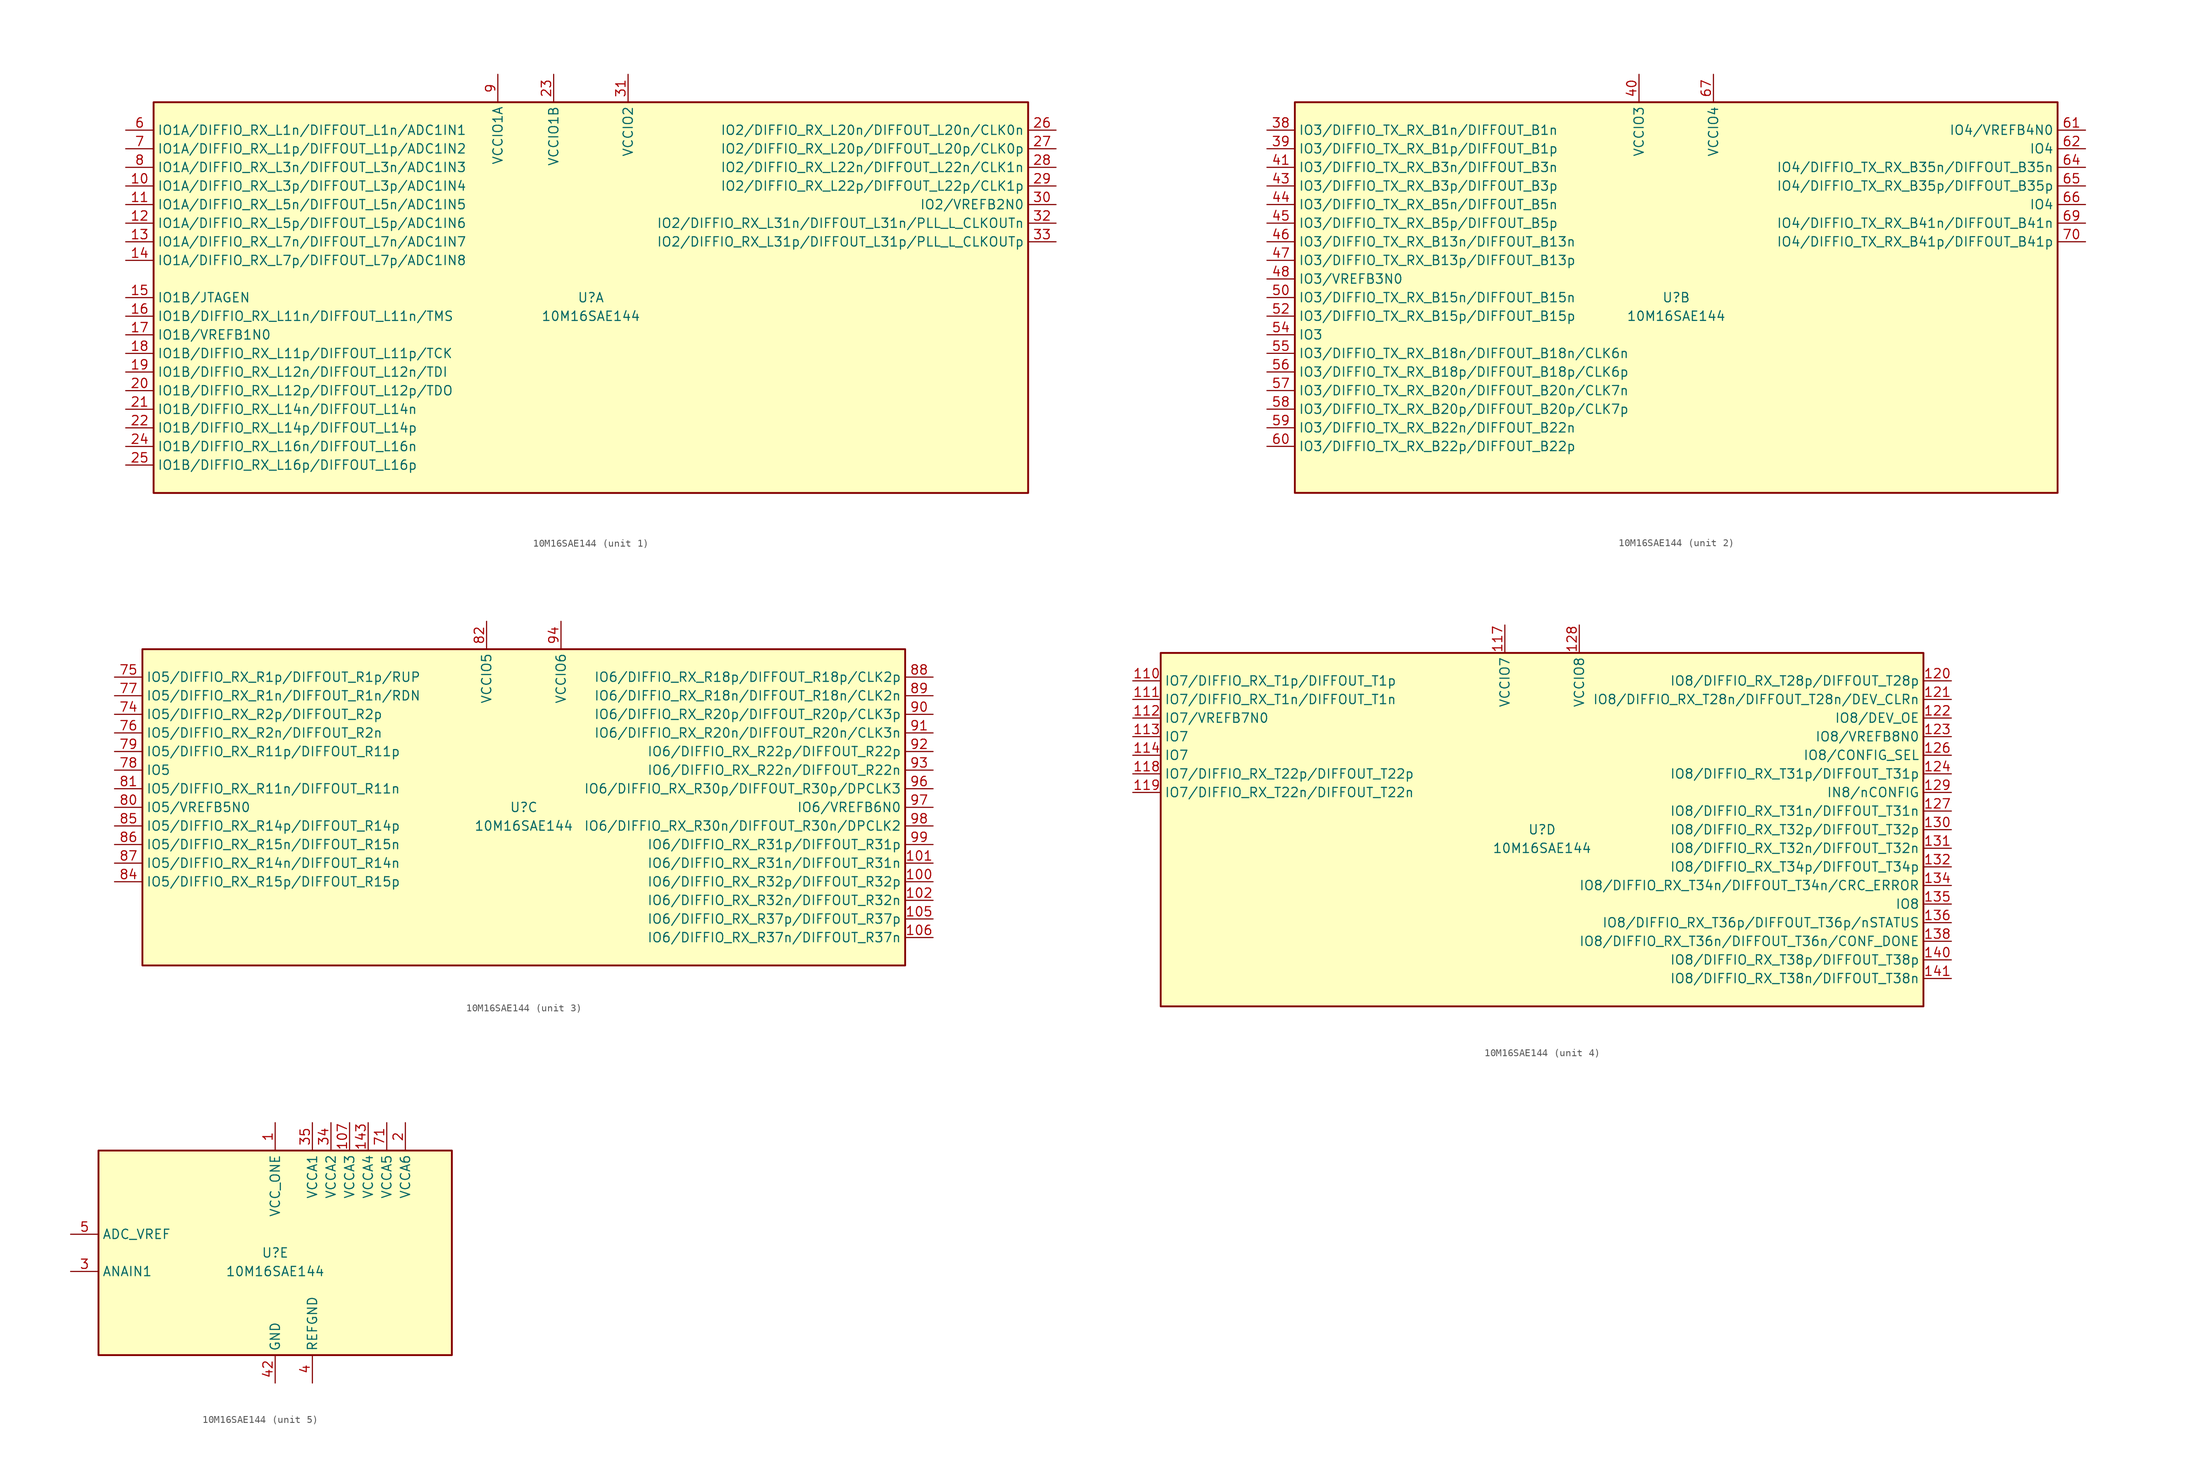
<source format=kicad_sym>
(kicad_symbol_lib
  (version 20220914)
  (generator kicad_symbol_editor)
  (symbol "10M16SAE144"
    (property "Reference" "U"
      (at 0 0 0)
      (effects (font (size 1.27 1.27))))
    (property "Value" "10M16SAE144"
      (at 0 -2.54 0)
      (effects (font (size 1.27 1.27))))
    (property "ki_locked" ""
      (at 0 0 0)
      (effects (font (size 1.27 1.27))))
    (symbol "10M16SAE144_1_1"
      (rectangle (start -59.69 26.67) (end 59.69 -26.67) (stroke (width 0.254) (type default)) (fill (type background)))
      (pin bidirectional line (at -63.5 15.24 0) (length 3.81) (name "IO1A/DIFFIO_RX_L3p/DIFFOUT_L3p/ADC1IN4" (effects (font (size 1.27 1.27)))) (number "10" (effects (font (size 1.27 1.27)))))
      (pin bidirectional line (at -63.5 12.7 0) (length 3.81) (name "IO1A/DIFFIO_RX_L5n/DIFFOUT_L5n/ADC1IN5" (effects (font (size 1.27 1.27)))) (number "11" (effects (font (size 1.27 1.27)))))
      (pin bidirectional line (at -63.5 10.16 0) (length 3.81) (name "IO1A/DIFFIO_RX_L5p/DIFFOUT_L5p/ADC1IN6" (effects (font (size 1.27 1.27)))) (number "12" (effects (font (size 1.27 1.27)))))
      (pin bidirectional line (at -63.5 7.62 0) (length 3.81) (name "IO1A/DIFFIO_RX_L7n/DIFFOUT_L7n/ADC1IN7" (effects (font (size 1.27 1.27)))) (number "13" (effects (font (size 1.27 1.27)))))
      (pin bidirectional line (at -63.5 5.08 0) (length 3.81) (name "IO1A/DIFFIO_RX_L7p/DIFFOUT_L7p/ADC1IN8" (effects (font (size 1.27 1.27)))) (number "14" (effects (font (size 1.27 1.27)))))
      (pin bidirectional line (at -63.5 0 0) (length 3.81) (name "IO1B/JTAGEN" (effects (font (size 1.27 1.27)))) (number "15" (effects (font (size 1.27 1.27)))))
      (pin bidirectional line (at -63.5 -2.54 0) (length 3.81) (name "IO1B/DIFFIO_RX_L11n/DIFFOUT_L11n/TMS" (effects (font (size 1.27 1.27)))) (number "16" (effects (font (size 1.27 1.27)))))
      (pin bidirectional line (at -63.5 -5.08 0) (length 3.81) (name "IO1B/VREFB1N0" (effects (font (size 1.27 1.27)))) (number "17" (effects (font (size 1.27 1.27)))))
      (pin bidirectional line (at -63.5 -7.62 0) (length 3.81) (name "IO1B/DIFFIO_RX_L11p/DIFFOUT_L11p/TCK" (effects (font (size 1.27 1.27)))) (number "18" (effects (font (size 1.27 1.27)))))
      (pin bidirectional line (at -63.5 -10.16 0) (length 3.81) (name "IO1B/DIFFIO_RX_L12n/DIFFOUT_L12n/TDI" (effects (font (size 1.27 1.27)))) (number "19" (effects (font (size 1.27 1.27)))))
      (pin bidirectional line (at -63.5 -12.7 0) (length 3.81) (name "IO1B/DIFFIO_RX_L12p/DIFFOUT_L12p/TDO" (effects (font (size 1.27 1.27)))) (number "20" (effects (font (size 1.27 1.27)))))
      (pin bidirectional line (at -63.5 -15.24 0) (length 3.81) (name "IO1B/DIFFIO_RX_L14n/DIFFOUT_L14n" (effects (font (size 1.27 1.27)))) (number "21" (effects (font (size 1.27 1.27)))))
      (pin bidirectional line (at -63.5 -17.78 0) (length 3.81) (name "IO1B/DIFFIO_RX_L14p/DIFFOUT_L14p" (effects (font (size 1.27 1.27)))) (number "22" (effects (font (size 1.27 1.27)))))
      (pin power_in line (at -5.08 30.48 270) (length 3.81) (name "VCCIO1B" (effects (font (size 1.27 1.27)))) (number "23" (effects (font (size 1.27 1.27)))))
      (pin bidirectional line (at -63.5 -20.32 0) (length 3.81) (name "IO1B/DIFFIO_RX_L16n/DIFFOUT_L16n" (effects (font (size 1.27 1.27)))) (number "24" (effects (font (size 1.27 1.27)))))
      (pin bidirectional line (at -63.5 -22.86 0) (length 3.81) (name "IO1B/DIFFIO_RX_L16p/DIFFOUT_L16p" (effects (font (size 1.27 1.27)))) (number "25" (effects (font (size 1.27 1.27)))))
      (pin bidirectional line (at 63.5 22.86 180) (length 3.81) (name "IO2/DIFFIO_RX_L20n/DIFFOUT_L20n/CLK0n" (effects (font (size 1.27 1.27)))) (number "26" (effects (font (size 1.27 1.27)))))
      (pin bidirectional line (at 63.5 20.32 180) (length 3.81) (name "IO2/DIFFIO_RX_L20p/DIFFOUT_L20p/CLK0p" (effects (font (size 1.27 1.27)))) (number "27" (effects (font (size 1.27 1.27)))))
      (pin bidirectional line (at 63.5 17.78 180) (length 3.81) (name "IO2/DIFFIO_RX_L22n/DIFFOUT_L22n/CLK1n" (effects (font (size 1.27 1.27)))) (number "28" (effects (font (size 1.27 1.27)))))
      (pin bidirectional line (at 63.5 15.24 180) (length 3.81) (name "IO2/DIFFIO_RX_L22p/DIFFOUT_L22p/CLK1p" (effects (font (size 1.27 1.27)))) (number "29" (effects (font (size 1.27 1.27)))))
      (pin bidirectional line (at 63.5 12.7 180) (length 3.81) (name "IO2/VREFB2N0" (effects (font (size 1.27 1.27)))) (number "30" (effects (font (size 1.27 1.27)))))
      (pin power_in line (at 5.08 30.48 270) (length 3.81) (name "VCCIO2" (effects (font (size 1.27 1.27)))) (number "31" (effects (font (size 1.27 1.27)))))
      (pin bidirectional line (at 63.5 10.16 180) (length 3.81) (name "IO2/DIFFIO_RX_L31n/DIFFOUT_L31n/PLL_L_CLKOUTn" (effects (font (size 1.27 1.27)))) (number "32" (effects (font (size 1.27 1.27)))))
      (pin bidirectional line (at 63.5 7.62 180) (length 3.81) (name "IO2/DIFFIO_RX_L31p/DIFFOUT_L31p/PLL_L_CLKOUTp" (effects (font (size 1.27 1.27)))) (number "33" (effects (font (size 1.27 1.27)))))
      (pin bidirectional line (at -63.5 22.86 0) (length 3.81) (name "IO1A/DIFFIO_RX_L1n/DIFFOUT_L1n/ADC1IN1" (effects (font (size 1.27 1.27)))) (number "6" (effects (font (size 1.27 1.27)))))
      (pin bidirectional line (at -63.5 20.32 0) (length 3.81) (name "IO1A/DIFFIO_RX_L1p/DIFFOUT_L1p/ADC1IN2" (effects (font (size 1.27 1.27)))) (number "7" (effects (font (size 1.27 1.27)))))
      (pin bidirectional line (at -63.5 17.78 0) (length 3.81) (name "IO1A/DIFFIO_RX_L3n/DIFFOUT_L3n/ADC1IN3" (effects (font (size 1.27 1.27)))) (number "8" (effects (font (size 1.27 1.27)))))
      (pin power_in line (at -12.7 30.48 270) (length 3.81) (name "VCCIO1A" (effects (font (size 1.27 1.27)))) (number "9" (effects (font (size 1.27 1.27))))))
    (symbol "10M16SAE144_2_1"
      (rectangle (start -52.07 26.67) (end 52.07 -26.67) (stroke (width 0.254) (type default)) (fill (type background)))
      (pin bidirectional line (at -55.88 22.86 0) (length 3.81) (name "IO3/DIFFIO_TX_RX_B1n/DIFFOUT_B1n" (effects (font (size 1.27 1.27)))) (number "38" (effects (font (size 1.27 1.27)))))
      (pin bidirectional line (at -55.88 20.32 0) (length 3.81) (name "IO3/DIFFIO_TX_RX_B1p/DIFFOUT_B1p" (effects (font (size 1.27 1.27)))) (number "39" (effects (font (size 1.27 1.27)))))
      (pin power_in line (at -5.08 30.48 270) (length 3.81) (name "VCCIO3" (effects (font (size 1.27 1.27)))) (number "40" (effects (font (size 1.27 1.27)))))
      (pin bidirectional line (at -55.88 17.78 0) (length 3.81) (name "IO3/DIFFIO_TX_RX_B3n/DIFFOUT_B3n" (effects (font (size 1.27 1.27)))) (number "41" (effects (font (size 1.27 1.27)))))
      (pin bidirectional line (at -55.88 15.24 0) (length 3.81) (name "IO3/DIFFIO_TX_RX_B3p/DIFFOUT_B3p" (effects (font (size 1.27 1.27)))) (number "43" (effects (font (size 1.27 1.27)))))
      (pin bidirectional line (at -55.88 12.7 0) (length 3.81) (name "IO3/DIFFIO_TX_RX_B5n/DIFFOUT_B5n" (effects (font (size 1.27 1.27)))) (number "44" (effects (font (size 1.27 1.27)))))
      (pin bidirectional line (at -55.88 10.16 0) (length 3.81) (name "IO3/DIFFIO_TX_RX_B5p/DIFFOUT_B5p" (effects (font (size 1.27 1.27)))) (number "45" (effects (font (size 1.27 1.27)))))
      (pin bidirectional line (at -55.88 7.62 0) (length 3.81) (name "IO3/DIFFIO_TX_RX_B13n/DIFFOUT_B13n" (effects (font (size 1.27 1.27)))) (number "46" (effects (font (size 1.27 1.27)))))
      (pin bidirectional line (at -55.88 5.08 0) (length 3.81) (name "IO3/DIFFIO_TX_RX_B13p/DIFFOUT_B13p" (effects (font (size 1.27 1.27)))) (number "47" (effects (font (size 1.27 1.27)))))
      (pin bidirectional line (at -55.88 2.54 0) (length 3.81) (name "IO3/VREFB3N0" (effects (font (size 1.27 1.27)))) (number "48" (effects (font (size 1.27 1.27)))))
      (pin passive line (at -5.08 30.48 270) (length 3.81) hide (name "VCCIO3" (effects (font (size 1.27 1.27)))) (number "49" (effects (font (size 1.27 1.27)))))
      (pin bidirectional line (at -55.88 0 0) (length 3.81) (name "IO3/DIFFIO_TX_RX_B15n/DIFFOUT_B15n" (effects (font (size 1.27 1.27)))) (number "50" (effects (font (size 1.27 1.27)))))
      (pin bidirectional line (at -55.88 -2.54 0) (length 3.81) (name "IO3/DIFFIO_TX_RX_B15p/DIFFOUT_B15p" (effects (font (size 1.27 1.27)))) (number "52" (effects (font (size 1.27 1.27)))))
      (pin bidirectional line (at -55.88 -5.08 0) (length 3.81) (name "IO3" (effects (font (size 1.27 1.27)))) (number "54" (effects (font (size 1.27 1.27)))))
      (pin bidirectional line (at -55.88 -7.62 0) (length 3.81) (name "IO3/DIFFIO_TX_RX_B18n/DIFFOUT_B18n/CLK6n" (effects (font (size 1.27 1.27)))) (number "55" (effects (font (size 1.27 1.27)))))
      (pin bidirectional line (at -55.88 -10.16 0) (length 3.81) (name "IO3/DIFFIO_TX_RX_B18p/DIFFOUT_B18p/CLK6p" (effects (font (size 1.27 1.27)))) (number "56" (effects (font (size 1.27 1.27)))))
      (pin bidirectional line (at -55.88 -12.7 0) (length 3.81) (name "IO3/DIFFIO_TX_RX_B20n/DIFFOUT_B20n/CLK7n" (effects (font (size 1.27 1.27)))) (number "57" (effects (font (size 1.27 1.27)))))
      (pin bidirectional line (at -55.88 -15.24 0) (length 3.81) (name "IO3/DIFFIO_TX_RX_B20p/DIFFOUT_B20p/CLK7p" (effects (font (size 1.27 1.27)))) (number "58" (effects (font (size 1.27 1.27)))))
      (pin bidirectional line (at -55.88 -17.78 0) (length 3.81) (name "IO3/DIFFIO_TX_RX_B22n/DIFFOUT_B22n" (effects (font (size 1.27 1.27)))) (number "59" (effects (font (size 1.27 1.27)))))
      (pin bidirectional line (at -55.88 -20.32 0) (length 3.81) (name "IO3/DIFFIO_TX_RX_B22p/DIFFOUT_B22p" (effects (font (size 1.27 1.27)))) (number "60" (effects (font (size 1.27 1.27)))))
      (pin bidirectional line (at 55.88 22.86 180) (length 3.81) (name "IO4/VREFB4N0" (effects (font (size 1.27 1.27)))) (number "61" (effects (font (size 1.27 1.27)))))
      (pin bidirectional line (at 55.88 20.32 180) (length 3.81) (name "IO4" (effects (font (size 1.27 1.27)))) (number "62" (effects (font (size 1.27 1.27)))))
      (pin bidirectional line (at 55.88 17.78 180) (length 3.81) (name "IO4/DIFFIO_TX_RX_B35n/DIFFOUT_B35n" (effects (font (size 1.27 1.27)))) (number "64" (effects (font (size 1.27 1.27)))))
      (pin bidirectional line (at 55.88 15.24 180) (length 3.81) (name "IO4/DIFFIO_TX_RX_B35p/DIFFOUT_B35p" (effects (font (size 1.27 1.27)))) (number "65" (effects (font (size 1.27 1.27)))))
      (pin bidirectional line (at 55.88 12.7 180) (length 3.81) (name "IO4" (effects (font (size 1.27 1.27)))) (number "66" (effects (font (size 1.27 1.27)))))
      (pin power_in line (at 5.08 30.48 270) (length 3.81) (name "VCCIO4" (effects (font (size 1.27 1.27)))) (number "67" (effects (font (size 1.27 1.27)))))
      (pin bidirectional line (at 55.88 10.16 180) (length 3.81) (name "IO4/DIFFIO_TX_RX_B41n/DIFFOUT_B41n" (effects (font (size 1.27 1.27)))) (number "69" (effects (font (size 1.27 1.27)))))
      (pin bidirectional line (at 55.88 7.62 180) (length 3.81) (name "IO4/DIFFIO_TX_RX_B41p/DIFFOUT_B41p" (effects (font (size 1.27 1.27)))) (number "70" (effects (font (size 1.27 1.27))))))
    (symbol "10M16SAE144_3_1"
      (rectangle (start -52.07 21.59) (end 52.07 -21.59) (stroke (width 0.254) (type default)) (fill (type background)))
      (pin bidirectional line (at 55.88 -10.16 180) (length 3.81) (name "IO6/DIFFIO_RX_R32p/DIFFOUT_R32p" (effects (font (size 1.27 1.27)))) (number "100" (effects (font (size 1.27 1.27)))))
      (pin bidirectional line (at 55.88 -7.62 180) (length 3.81) (name "IO6/DIFFIO_RX_R31n/DIFFOUT_R31n" (effects (font (size 1.27 1.27)))) (number "101" (effects (font (size 1.27 1.27)))))
      (pin bidirectional line (at 55.88 -12.7 180) (length 3.81) (name "IO6/DIFFIO_RX_R32n/DIFFOUT_R32n" (effects (font (size 1.27 1.27)))) (number "102" (effects (font (size 1.27 1.27)))))
      (pin passive line (at 5.08 25.4 270) (length 3.81) hide (name "VCCIO6" (effects (font (size 1.27 1.27)))) (number "103" (effects (font (size 1.27 1.27)))))
      (pin bidirectional line (at 55.88 -15.24 180) (length 3.81) (name "IO6/DIFFIO_RX_R37p/DIFFOUT_R37p" (effects (font (size 1.27 1.27)))) (number "105" (effects (font (size 1.27 1.27)))))
      (pin bidirectional line (at 55.88 -17.78 180) (length 3.81) (name "IO6/DIFFIO_RX_R37n/DIFFOUT_R37n" (effects (font (size 1.27 1.27)))) (number "106" (effects (font (size 1.27 1.27)))))
      (pin bidirectional line (at -55.88 12.7 0) (length 3.81) (name "IO5/DIFFIO_RX_R2p/DIFFOUT_R2p" (effects (font (size 1.27 1.27)))) (number "74" (effects (font (size 1.27 1.27)))))
      (pin bidirectional line (at -55.88 17.78 0) (length 3.81) (name "IO5/DIFFIO_RX_R1p/DIFFOUT_R1p/RUP" (effects (font (size 1.27 1.27)))) (number "75" (effects (font (size 1.27 1.27)))))
      (pin bidirectional line (at -55.88 10.16 0) (length 3.81) (name "IO5/DIFFIO_RX_R2n/DIFFOUT_R2n" (effects (font (size 1.27 1.27)))) (number "76" (effects (font (size 1.27 1.27)))))
      (pin bidirectional line (at -55.88 15.24 0) (length 3.81) (name "IO5/DIFFIO_RX_R1n/DIFFOUT_R1n/RDN" (effects (font (size 1.27 1.27)))) (number "77" (effects (font (size 1.27 1.27)))))
      (pin bidirectional line (at -55.88 5.08 0) (length 3.81) (name "IO5" (effects (font (size 1.27 1.27)))) (number "78" (effects (font (size 1.27 1.27)))))
      (pin bidirectional line (at -55.88 7.62 0) (length 3.81) (name "IO5/DIFFIO_RX_R11p/DIFFOUT_R11p" (effects (font (size 1.27 1.27)))) (number "79" (effects (font (size 1.27 1.27)))))
      (pin bidirectional line (at -55.88 0 0) (length 3.81) (name "IO5/VREFB5N0" (effects (font (size 1.27 1.27)))) (number "80" (effects (font (size 1.27 1.27)))))
      (pin bidirectional line (at -55.88 2.54 0) (length 3.81) (name "IO5/DIFFIO_RX_R11n/DIFFOUT_R11n" (effects (font (size 1.27 1.27)))) (number "81" (effects (font (size 1.27 1.27)))))
      (pin power_in line (at -5.08 25.4 270) (length 3.81) (name "VCCIO5" (effects (font (size 1.27 1.27)))) (number "82" (effects (font (size 1.27 1.27)))))
      (pin bidirectional line (at -55.88 -10.16 0) (length 3.81) (name "IO5/DIFFIO_RX_R15p/DIFFOUT_R15p" (effects (font (size 1.27 1.27)))) (number "84" (effects (font (size 1.27 1.27)))))
      (pin bidirectional line (at -55.88 -2.54 0) (length 3.81) (name "IO5/DIFFIO_RX_R14p/DIFFOUT_R14p" (effects (font (size 1.27 1.27)))) (number "85" (effects (font (size 1.27 1.27)))))
      (pin bidirectional line (at -55.88 -5.08 0) (length 3.81) (name "IO5/DIFFIO_RX_R15n/DIFFOUT_R15n" (effects (font (size 1.27 1.27)))) (number "86" (effects (font (size 1.27 1.27)))))
      (pin bidirectional line (at -55.88 -7.62 0) (length 3.81) (name "IO5/DIFFIO_RX_R14n/DIFFOUT_R14n" (effects (font (size 1.27 1.27)))) (number "87" (effects (font (size 1.27 1.27)))))
      (pin bidirectional line (at 55.88 17.78 180) (length 3.81) (name "IO6/DIFFIO_RX_R18p/DIFFOUT_R18p/CLK2p" (effects (font (size 1.27 1.27)))) (number "88" (effects (font (size 1.27 1.27)))))
      (pin bidirectional line (at 55.88 15.24 180) (length 3.81) (name "IO6/DIFFIO_RX_R18n/DIFFOUT_R18n/CLK2n" (effects (font (size 1.27 1.27)))) (number "89" (effects (font (size 1.27 1.27)))))
      (pin bidirectional line (at 55.88 12.7 180) (length 3.81) (name "IO6/DIFFIO_RX_R20p/DIFFOUT_R20p/CLK3p" (effects (font (size 1.27 1.27)))) (number "90" (effects (font (size 1.27 1.27)))))
      (pin bidirectional line (at 55.88 10.16 180) (length 3.81) (name "IO6/DIFFIO_RX_R20n/DIFFOUT_R20n/CLK3n" (effects (font (size 1.27 1.27)))) (number "91" (effects (font (size 1.27 1.27)))))
      (pin bidirectional line (at 55.88 7.62 180) (length 3.81) (name "IO6/DIFFIO_RX_R22p/DIFFOUT_R22p" (effects (font (size 1.27 1.27)))) (number "92" (effects (font (size 1.27 1.27)))))
      (pin bidirectional line (at 55.88 5.08 180) (length 3.81) (name "IO6/DIFFIO_RX_R22n/DIFFOUT_R22n" (effects (font (size 1.27 1.27)))) (number "93" (effects (font (size 1.27 1.27)))))
      (pin power_in line (at 5.08 25.4 270) (length 3.81) (name "VCCIO6" (effects (font (size 1.27 1.27)))) (number "94" (effects (font (size 1.27 1.27)))))
      (pin bidirectional line (at 55.88 2.54 180) (length 3.81) (name "IO6/DIFFIO_RX_R30p/DIFFOUT_R30p/DPCLK3" (effects (font (size 1.27 1.27)))) (number "96" (effects (font (size 1.27 1.27)))))
      (pin bidirectional line (at 55.88 0 180) (length 3.81) (name "IO6/VREFB6N0" (effects (font (size 1.27 1.27)))) (number "97" (effects (font (size 1.27 1.27)))))
      (pin bidirectional line (at 55.88 -2.54 180) (length 3.81) (name "IO6/DIFFIO_RX_R30n/DIFFOUT_R30n/DPCLK2" (effects (font (size 1.27 1.27)))) (number "98" (effects (font (size 1.27 1.27)))))
      (pin bidirectional line (at 55.88 -5.08 180) (length 3.81) (name "IO6/DIFFIO_RX_R31p/DIFFOUT_R31p" (effects (font (size 1.27 1.27)))) (number "99" (effects (font (size 1.27 1.27))))))
    (symbol "10M16SAE144_4_1"
      (rectangle (start -52.07 24.13) (end 52.07 -24.13) (stroke (width 0.254) (type default)) (fill (type background)))
      (pin bidirectional line (at -55.88 20.32 0) (length 3.81) (name "IO7/DIFFIO_RX_T1p/DIFFOUT_T1p" (effects (font (size 1.27 1.27)))) (number "110" (effects (font (size 1.27 1.27)))))
      (pin bidirectional line (at -55.88 17.78 0) (length 3.81) (name "IO7/DIFFIO_RX_T1n/DIFFOUT_T1n" (effects (font (size 1.27 1.27)))) (number "111" (effects (font (size 1.27 1.27)))))
      (pin bidirectional line (at -55.88 15.24 0) (length 3.81) (name "IO7/VREFB7N0" (effects (font (size 1.27 1.27)))) (number "112" (effects (font (size 1.27 1.27)))))
      (pin bidirectional line (at -55.88 12.7 0) (length 3.81) (name "IO7" (effects (font (size 1.27 1.27)))) (number "113" (effects (font (size 1.27 1.27)))))
      (pin bidirectional line (at -55.88 10.16 0) (length 3.81) (name "IO7" (effects (font (size 1.27 1.27)))) (number "114" (effects (font (size 1.27 1.27)))))
      (pin power_in line (at -5.08 27.94 270) (length 3.81) (name "VCCIO7" (effects (font (size 1.27 1.27)))) (number "117" (effects (font (size 1.27 1.27)))))
      (pin bidirectional line (at -55.88 7.62 0) (length 3.81) (name "IO7/DIFFIO_RX_T22p/DIFFOUT_T22p" (effects (font (size 1.27 1.27)))) (number "118" (effects (font (size 1.27 1.27)))))
      (pin bidirectional line (at -55.88 5.08 0) (length 3.81) (name "IO7/DIFFIO_RX_T22n/DIFFOUT_T22n" (effects (font (size 1.27 1.27)))) (number "119" (effects (font (size 1.27 1.27)))))
      (pin bidirectional line (at 55.88 20.32 180) (length 3.81) (name "IO8/DIFFIO_RX_T28p/DIFFOUT_T28p" (effects (font (size 1.27 1.27)))) (number "120" (effects (font (size 1.27 1.27)))))
      (pin bidirectional line (at 55.88 17.78 180) (length 3.81) (name "IO8/DIFFIO_RX_T28n/DIFFOUT_T28n/DEV_CLRn" (effects (font (size 1.27 1.27)))) (number "121" (effects (font (size 1.27 1.27)))))
      (pin bidirectional line (at 55.88 15.24 180) (length 3.81) (name "IO8/DEV_OE" (effects (font (size 1.27 1.27)))) (number "122" (effects (font (size 1.27 1.27)))))
      (pin bidirectional line (at 55.88 12.7 180) (length 3.81) (name "IO8/VREFB8N0" (effects (font (size 1.27 1.27)))) (number "123" (effects (font (size 1.27 1.27)))))
      (pin bidirectional line (at 55.88 7.62 180) (length 3.81) (name "IO8/DIFFIO_RX_T31p/DIFFOUT_T31p" (effects (font (size 1.27 1.27)))) (number "124" (effects (font (size 1.27 1.27)))))
      (pin bidirectional line (at 55.88 10.16 180) (length 3.81) (name "IO8/CONFIG_SEL" (effects (font (size 1.27 1.27)))) (number "126" (effects (font (size 1.27 1.27)))))
      (pin bidirectional line (at 55.88 2.54 180) (length 3.81) (name "IO8/DIFFIO_RX_T31n/DIFFOUT_T31n" (effects (font (size 1.27 1.27)))) (number "127" (effects (font (size 1.27 1.27)))))
      (pin power_in line (at 5.08 27.94 270) (length 3.81) (name "VCCIO8" (effects (font (size 1.27 1.27)))) (number "128" (effects (font (size 1.27 1.27)))))
      (pin input line (at 55.88 5.08 180) (length 3.81) (name "IN8/nCONFIG" (effects (font (size 1.27 1.27)))) (number "129" (effects (font (size 1.27 1.27)))))
      (pin bidirectional line (at 55.88 0 180) (length 3.81) (name "IO8/DIFFIO_RX_T32p/DIFFOUT_T32p" (effects (font (size 1.27 1.27)))) (number "130" (effects (font (size 1.27 1.27)))))
      (pin bidirectional line (at 55.88 -2.54 180) (length 3.81) (name "IO8/DIFFIO_RX_T32n/DIFFOUT_T32n" (effects (font (size 1.27 1.27)))) (number "131" (effects (font (size 1.27 1.27)))))
      (pin bidirectional line (at 55.88 -5.08 180) (length 3.81) (name "IO8/DIFFIO_RX_T34p/DIFFOUT_T34p" (effects (font (size 1.27 1.27)))) (number "132" (effects (font (size 1.27 1.27)))))
      (pin bidirectional line (at 55.88 -7.62 180) (length 3.81) (name "IO8/DIFFIO_RX_T34n/DIFFOUT_T34n/CRC_ERROR" (effects (font (size 1.27 1.27)))) (number "134" (effects (font (size 1.27 1.27)))))
      (pin bidirectional line (at 55.88 -10.16 180) (length 3.81) (name "IO8" (effects (font (size 1.27 1.27)))) (number "135" (effects (font (size 1.27 1.27)))))
      (pin bidirectional line (at 55.88 -12.7 180) (length 3.81) (name "IO8/DIFFIO_RX_T36p/DIFFOUT_T36p/nSTATUS" (effects (font (size 1.27 1.27)))) (number "136" (effects (font (size 1.27 1.27)))))
      (pin bidirectional line (at 55.88 -15.24 180) (length 3.81) (name "IO8/DIFFIO_RX_T36n/DIFFOUT_T36n/CONF_DONE" (effects (font (size 1.27 1.27)))) (number "138" (effects (font (size 1.27 1.27)))))
      (pin passive line (at 5.08 27.94 270) (length 3.81) hide (name "VCCIO8" (effects (font (size 1.27 1.27)))) (number "139" (effects (font (size 1.27 1.27)))))
      (pin bidirectional line (at 55.88 -17.78 180) (length 3.81) (name "IO8/DIFFIO_RX_T38p/DIFFOUT_T38p" (effects (font (size 1.27 1.27)))) (number "140" (effects (font (size 1.27 1.27)))))
      (pin bidirectional line (at 55.88 -20.32 180) (length 3.81) (name "IO8/DIFFIO_RX_T38n/DIFFOUT_T38n" (effects (font (size 1.27 1.27)))) (number "141" (effects (font (size 1.27 1.27))))))
    (symbol "10M16SAE144_5_1"
      (rectangle (start -24.13 13.97) (end 24.13 -13.97) (stroke (width 0.254) (type default)) (fill (type background)))
      (pin power_in line (at 0 17.78 270) (length 3.81) (name "VCC_ONE" (effects (font (size 1.27 1.27)))) (number "1" (effects (font (size 1.27 1.27)))))
      (pin passive line (at 0 -17.78 90) (length 3.81) hide (name "GND" (effects (font (size 1.27 1.27)))) (number "104" (effects (font (size 1.27 1.27)))))
      (pin power_in line (at 10.16 17.78 270) (length 3.81) (name "VCCA3" (effects (font (size 1.27 1.27)))) (number "107" (effects (font (size 1.27 1.27)))))
      (pin passive line (at 0 17.78 270) (length 3.81) hide (name "VCC_ONE" (effects (font (size 1.27 1.27)))) (number "108" (effects (font (size 1.27 1.27)))))
      (pin passive line (at 0 17.78 270) (length 3.81) hide (name "VCC_ONE" (effects (font (size 1.27 1.27)))) (number "109" (effects (font (size 1.27 1.27)))))
      (pin passive line (at 0 17.78 270) (length 3.81) hide (name "VCC_ONE" (effects (font (size 1.27 1.27)))) (number "115" (effects (font (size 1.27 1.27)))))
      (pin passive line (at 0 -17.78 90) (length 3.81) hide (name "GND" (effects (font (size 1.27 1.27)))) (number "116" (effects (font (size 1.27 1.27)))))
      (pin passive line (at 0 -17.78 90) (length 3.81) hide (name "GND" (effects (font (size 1.27 1.27)))) (number "125" (effects (font (size 1.27 1.27)))))
      (pin passive line (at 0 -17.78 90) (length 3.81) hide (name "GND" (effects (font (size 1.27 1.27)))) (number "133" (effects (font (size 1.27 1.27)))))
      (pin passive line (at 0 -17.78 90) (length 3.81) hide (name "GND" (effects (font (size 1.27 1.27)))) (number "137" (effects (font (size 1.27 1.27)))))
      (pin passive line (at 0 -17.78 90) (length 3.81) hide (name "GND" (effects (font (size 1.27 1.27)))) (number "142" (effects (font (size 1.27 1.27)))))
      (pin power_in line (at 12.7 17.78 270) (length 3.81) (name "VCCA4" (effects (font (size 1.27 1.27)))) (number "143" (effects (font (size 1.27 1.27)))))
      (pin passive line (at 0 17.78 270) (length 3.81) hide (name "VCC_ONE" (effects (font (size 1.27 1.27)))) (number "144" (effects (font (size 1.27 1.27)))))
      (pin passive line (at 0 -17.78 90) (length 3.81) hide (name "GND" (effects (font (size 1.27 1.27)))) (number "145" (effects (font (size 1.27 1.27)))))
      (pin power_in line (at 17.78 17.78 270) (length 3.81) (name "VCCA6" (effects (font (size 1.27 1.27)))) (number "2" (effects (font (size 1.27 1.27)))))
      (pin input line (at -27.94 -2.54 0) (length 3.81) (name "ANAIN1" (effects (font (size 1.27 1.27)))) (number "3" (effects (font (size 1.27 1.27)))))
      (pin power_in line (at 7.62 17.78 270) (length 3.81) (name "VCCA2" (effects (font (size 1.27 1.27)))) (number "34" (effects (font (size 1.27 1.27)))))
      (pin power_in line (at 5.08 17.78 270) (length 3.81) (name "VCCA1" (effects (font (size 1.27 1.27)))) (number "35" (effects (font (size 1.27 1.27)))))
      (pin passive line (at 0 17.78 270) (length 3.81) hide (name "VCC_ONE" (effects (font (size 1.27 1.27)))) (number "36" (effects (font (size 1.27 1.27)))))
      (pin passive line (at 0 17.78 270) (length 3.81) hide (name "VCC_ONE" (effects (font (size 1.27 1.27)))) (number "37" (effects (font (size 1.27 1.27)))))
      (pin power_in line (at 5.08 -17.78 90) (length 3.81) (name "REFGND" (effects (font (size 1.27 1.27)))) (number "4" (effects (font (size 1.27 1.27)))))
      (pin power_in line (at 0 -17.78 90) (length 3.81) (name "GND" (effects (font (size 1.27 1.27)))) (number "42" (effects (font (size 1.27 1.27)))))
      (pin input line (at -27.94 2.54 0) (length 3.81) (name "ADC_VREF" (effects (font (size 1.27 1.27)))) (number "5" (effects (font (size 1.27 1.27)))))
      (pin passive line (at 0 17.78 270) (length 3.81) hide (name "VCC_ONE" (effects (font (size 1.27 1.27)))) (number "51" (effects (font (size 1.27 1.27)))))
      (pin passive line (at 0 -17.78 90) (length 3.81) hide (name "GND" (effects (font (size 1.27 1.27)))) (number "53" (effects (font (size 1.27 1.27)))))
      (pin passive line (at 0 -17.78 90) (length 3.81) hide (name "GND" (effects (font (size 1.27 1.27)))) (number "63" (effects (font (size 1.27 1.27)))))
      (pin passive line (at 0 -17.78 90) (length 3.81) hide (name "GND" (effects (font (size 1.27 1.27)))) (number "68" (effects (font (size 1.27 1.27)))))
      (pin power_in line (at 15.24 17.78 270) (length 3.81) (name "VCCA5" (effects (font (size 1.27 1.27)))) (number "71" (effects (font (size 1.27 1.27)))))
      (pin passive line (at 0 17.78 270) (length 3.81) hide (name "VCC_ONE" (effects (font (size 1.27 1.27)))) (number "72" (effects (font (size 1.27 1.27)))))
      (pin passive line (at 0 17.78 270) (length 3.81) hide (name "VCC_ONE" (effects (font (size 1.27 1.27)))) (number "73" (effects (font (size 1.27 1.27)))))
      (pin passive line (at 0 -17.78 90) (length 3.81) hide (name "GND" (effects (font (size 1.27 1.27)))) (number "83" (effects (font (size 1.27 1.27)))))
      (pin passive line (at 0 -17.78 90) (length 3.81) hide (name "GND" (effects (font (size 1.27 1.27)))) (number "95" (effects (font (size 1.27 1.27))))))))
</source>
